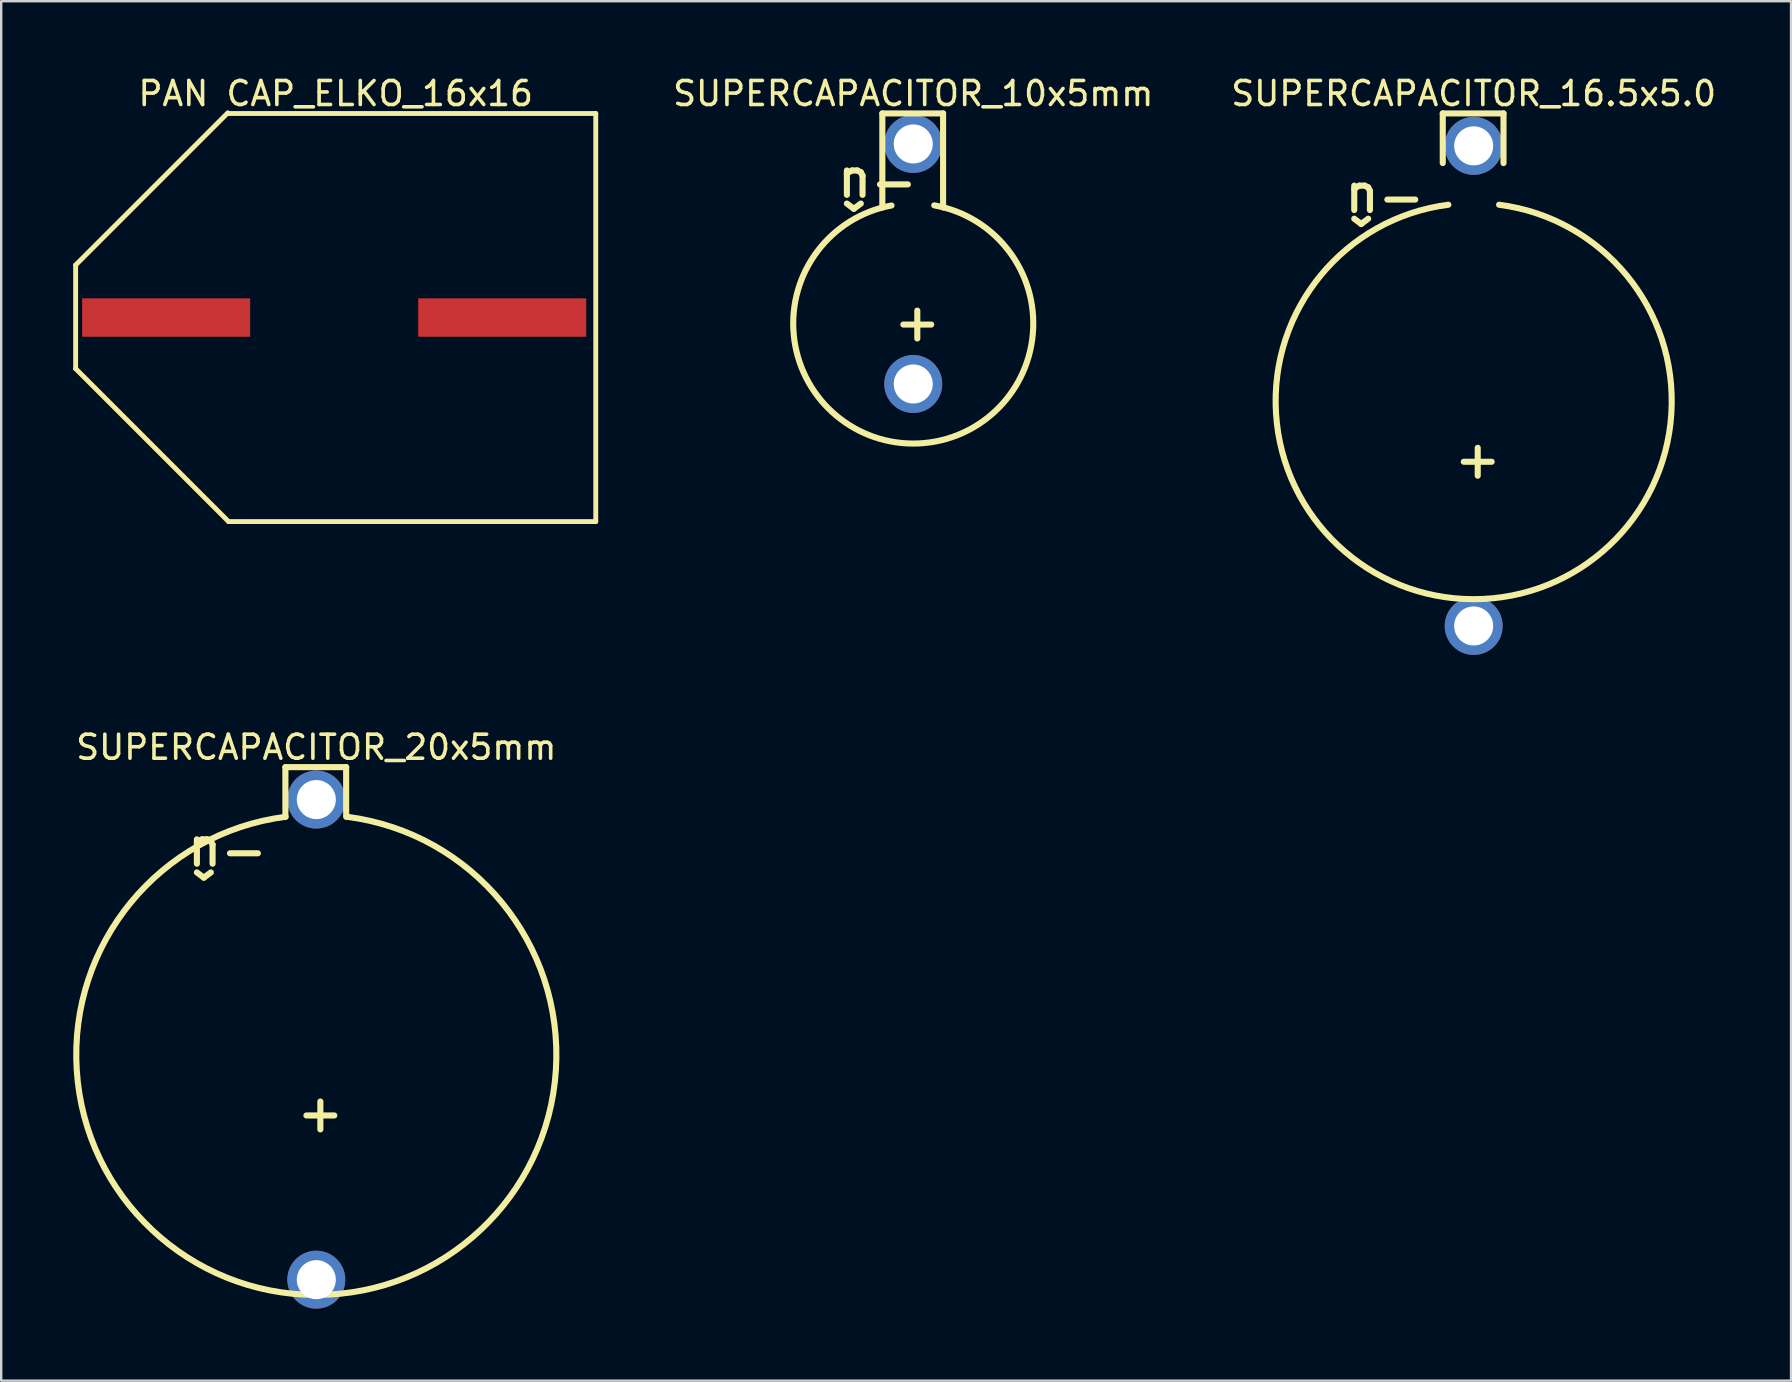
<source format=kicad_pcb>
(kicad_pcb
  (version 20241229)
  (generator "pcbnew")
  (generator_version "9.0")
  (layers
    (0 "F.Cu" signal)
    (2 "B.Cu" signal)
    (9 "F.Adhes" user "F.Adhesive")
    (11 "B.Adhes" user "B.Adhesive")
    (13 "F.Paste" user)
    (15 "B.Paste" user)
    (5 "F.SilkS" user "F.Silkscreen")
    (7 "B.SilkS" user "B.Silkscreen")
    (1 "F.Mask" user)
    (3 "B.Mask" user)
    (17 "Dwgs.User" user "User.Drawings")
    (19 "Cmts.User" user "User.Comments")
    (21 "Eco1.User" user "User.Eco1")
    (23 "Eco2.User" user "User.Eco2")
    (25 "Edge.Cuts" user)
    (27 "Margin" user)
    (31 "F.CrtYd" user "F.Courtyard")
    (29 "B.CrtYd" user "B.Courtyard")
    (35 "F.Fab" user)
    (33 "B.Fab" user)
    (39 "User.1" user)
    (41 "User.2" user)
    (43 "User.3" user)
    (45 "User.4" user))
  (footprint "SUPERCAPACITOR_10x5mm"
    (layer "F.Cu")
    (at 34.994 7.946)
    (property "Reference" "SUPERCAPACITOR_10x5mm" (at 0 -7.098 0) (layer "F.SilkS") (effects (font (size 1 1) (thickness 0.15))))
    (fp_line (start -1.288 -6.271) (end 1.243 -6.271) (stroke (width 0.254) (type solid)) (layer "F.SilkS"))
    (fp_line (start -1.288 -2.355) (end -1.288 -6.271) (stroke (width 0.254) (type solid)) (layer "F.SilkS"))
    (fp_line (start 1.243 -2.355) (end 1.243 -6.271) (stroke (width 0.254) (type solid)) (layer "F.SilkS"))
    (fp_arc (start 0.87417 -2.4414) (mid 0.015839 7.481565) (end -0.905343 -2.435763) (stroke (width 0.254) (type solid)) (layer "F.SilkS"))
    (fp_text user "-û" (at 0.305 -4.095 180) (unlocked yes) (layer "F.SilkS") (effects (font (size 1.524 1.524) (thickness 0.254)) (justify left bottom)))
    (fp_text user "+" (at 0.949 3.635 90) (unlocked yes) (layer "F.SilkS") (effects (font (size 1.524 1.524) (thickness 0.254)) (justify left bottom)))
    (pad "N" thru_hole circle (at 0 -5 90) (size 2.413 2.413) (drill 1.626) (layers "*.Cu" "*.Mask"))
    (pad "P" thru_hole circle (at 0 5 90) (size 2.413 2.413) (drill 1.626) (layers "*.Cu" "*.Mask")))
  (footprint "PAN CAP_ELKO_16x16"
    (layer "F.Cu")
    (at 10.871 10.178)
    (property "Reference" "PAN CAP_ELKO_16x16" (at 0.064 -9.33 0) (layer "F.SilkS") (effects (font (size 1 1) (thickness 0.15))))
    (fp_line (start -10.77 -2.188) (end -4.429 -8.529) (stroke (width 0.203) (type solid)) (layer "F.SilkS"))
    (fp_line (start -10.77 2.13) (end -10.77 -2.188) (stroke (width 0.203) (type solid)) (layer "F.SilkS"))
    (fp_line (start -10.77 2.13) (end -4.4 8.5) (stroke (width 0.203) (type solid)) (layer "F.SilkS"))
    (fp_line (start -4.429 -8.5) (end 10.897 -8.5) (stroke (width 0.203) (type solid)) (layer "F.SilkS"))
    (fp_line (start -4.4 8.5) (end 10.897 8.5) (stroke (width 0.203) (type solid)) (layer "F.SilkS"))
    (fp_line (start 10.897 8.5) (end 10.897 -8.5) (stroke (width 0.203) (type solid)) (layer "F.SilkS"))
    (pad "1" smd rect (at -7 0) (size 7 1.6) (layers "F.Cu" "F.Mask" "F.Paste"))
    (pad "2" smd rect (at 7 0) (size 7 1.6) (layers "F.Cu" "F.Mask" "F.Paste")))
  (footprint "SUPERCAPACITOR_20x5mm"
    (layer "F.Cu")
    (at 10.127 40.258)
    (property "Reference" "SUPERCAPACITOR_20x5mm" (at 0 -12.178 0) (layer "F.SilkS") (effects (font (size 1 1) (thickness 0.15))))
    (fp_line (start -1.288 -11.351) (end 1.243 -11.351) (stroke (width 0.254) (type solid)) (layer "F.SilkS"))
    (fp_line (start -1.288 -9.283) (end -1.288 -11.351) (stroke (width 0.254) (type solid)) (layer "F.SilkS"))
    (fp_line (start 1.243 -9.282) (end 1.243 -11.351) (stroke (width 0.254) (type solid)) (layer "F.SilkS"))
    (fp_arc (start 1.283629 -9.282273) (mid -0.002095 10.635) (end -1.279474 -9.28281) (stroke (width 0.254) (type solid)) (layer "F.SilkS"))
    (fp_text user "-û" (at -1.905 -8.543 180) (unlocked yes) (layer "F.SilkS") (effects (font (size 1.524 1.524) (thickness 0.254)) (justify left bottom)))
    (fp_text user "+" (at 0.949 4.27 90) (unlocked yes) (layer "F.SilkS") (effects (font (size 1.524 1.524) (thickness 0.254)) (justify left bottom)))
    (pad "N" thru_hole circle (at 0 -10 90) (size 2.413 2.413) (drill 1.626) (layers "*.Cu" "*.Mask"))
    (pad "P" thru_hole circle (at 0 10 90) (size 2.413 2.413) (drill 1.626) (layers "*.Cu" "*.Mask")))
  (footprint "SUPERCAPACITOR_16.5x5.0"
    (layer "F.Cu")
    (at 58.34 13.026)
    (property "Reference" "SUPERCAPACITOR_16.5x5.0" (at 0 -12.178 0) (layer "F.SilkS") (effects (font (size 1 1) (thickness 0.15))))
    (fp_line (start -1.288 -11.351) (end 1.243 -11.351) (stroke (width 0.254) (type solid)) (layer "F.SilkS"))
    (fp_line (start -1.288 -9.283) (end -1.288 -11.351) (stroke (width 0.254) (type solid)) (layer "F.SilkS"))
    (fp_line (start 1.243 -9.282) (end 1.243 -11.351) (stroke (width 0.254) (type solid)) (layer "F.SilkS"))
    (fp_arc (start 1.058994 -7.54675) (mid -0.001728 8.885) (end -1.055566 -7.547193) (stroke (width 0.254) (type solid)) (layer "F.SilkS"))
    (fp_text user "-û" (at -1.905 -8.543 180) (unlocked yes) (layer "F.SilkS") (effects (font (size 1.524 1.524) (thickness 0.254)) (justify left bottom)))
    (fp_text user "+" (at 0.949 4.27 90) (unlocked yes) (layer "F.SilkS") (effects (font (size 1.524 1.524) (thickness 0.254)) (justify left bottom)))
    (pad "N" thru_hole circle (at 0 -10 90) (size 2.413 2.413) (drill 1.626) (layers "*.Cu" "*.Mask"))
    (pad "P" thru_hole circle (at 0 10 90) (size 2.413 2.413) (drill 1.626) (layers "*.Cu" "*.Mask")))
  (gr_rect
    (start -3 -3)
    (end 71.56 54.465)
    (stroke (width 0.1) (type default))
    (fill no)
    (layer "Edge.Cuts")))
</source>
